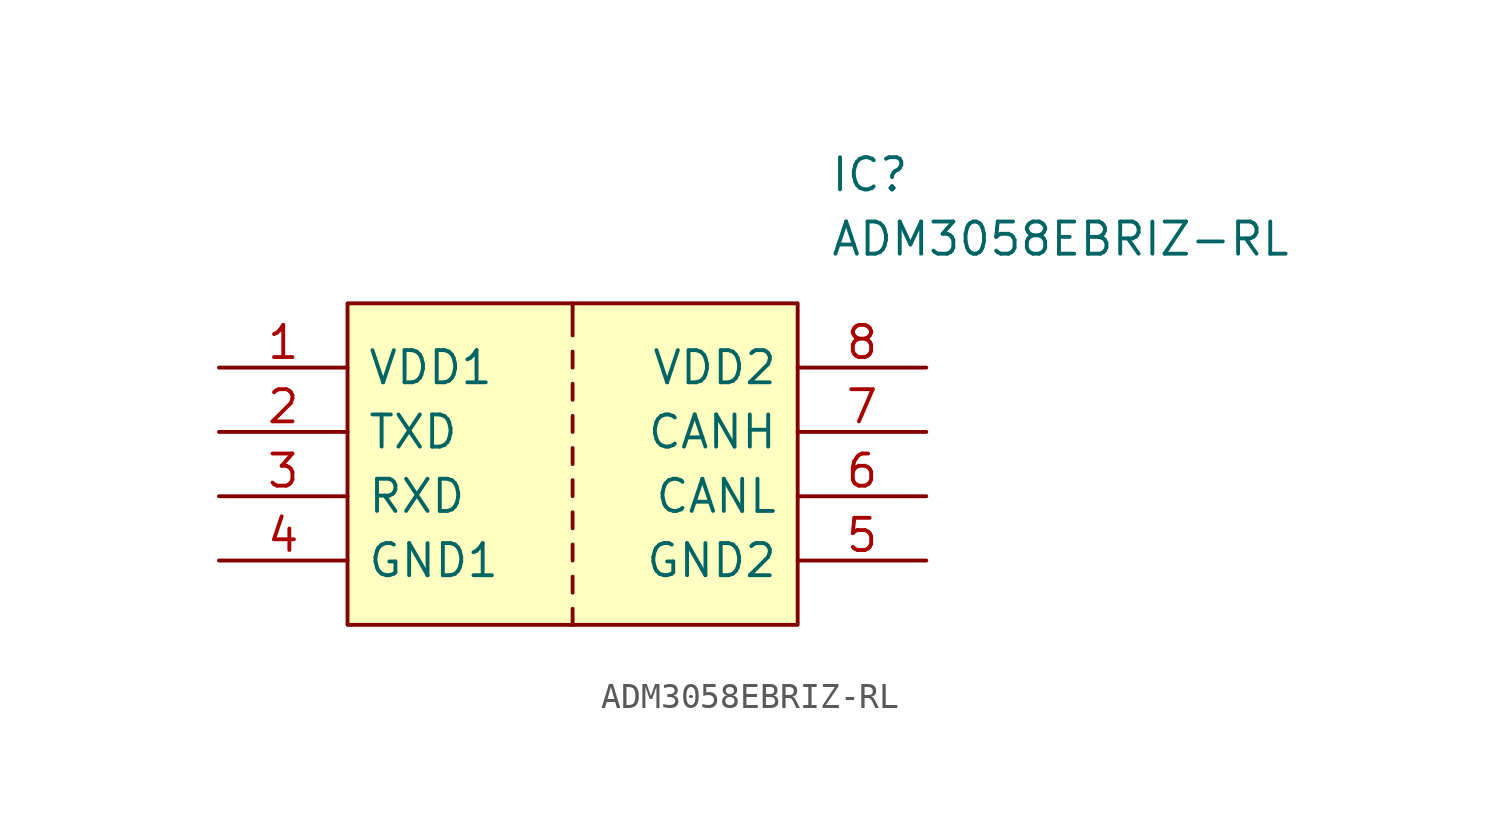
<source format=kicad_sym>
(kicad_symbol_lib
  (version 20220914)
  (generator kicad_symbol_editor)
  (symbol "ADM3058EBRIZ-RL"
    (pin_names
      (offset 0.762))
    (property "Reference" "IC"
      (at 24.13 7.62 0)
      (effects (font (size 1.27 1.27)) (justify left)))
    (property "Value" "ADM3058EBRIZ-RL"
      (at 24.13 5.08 0)
      (effects (font (size 1.27 1.27)) (justify left)))
    (symbol "ADM3058EBRIZ-RL_0_0"
      (pin passive line (at 0 0 0) (length 5.08) (name "VDD1" (effects (font (size 1.27 1.27)))) (number "1" (effects (font (size 1.27 1.27)))))
      (pin passive line (at 0 -2.54 0) (length 5.08) (name "TXD" (effects (font (size 1.27 1.27)))) (number "2" (effects (font (size 1.27 1.27)))))
      (pin passive line (at 0 -5.08 0) (length 5.08) (name "RXD" (effects (font (size 1.27 1.27)))) (number "3" (effects (font (size 1.27 1.27)))))
      (pin passive line (at 0 -7.62 0) (length 5.08) (name "GND1" (effects (font (size 1.27 1.27)))) (number "4" (effects (font (size 1.27 1.27)))))
      (pin passive line (at 27.94 -7.62 180) (length 5.08) (name "GND2" (effects (font (size 1.27 1.27)))) (number "5" (effects (font (size 1.27 1.27)))))
      (pin passive line (at 27.94 -5.08 180) (length 5.08) (name "CANL" (effects (font (size 1.27 1.27)))) (number "6" (effects (font (size 1.27 1.27)))))
      (pin passive line (at 27.94 -2.54 180) (length 5.08) (name "CANH" (effects (font (size 1.27 1.27)))) (number "7" (effects (font (size 1.27 1.27)))))
      (pin passive line (at 27.94 0 180) (length 5.08) (name "VDD2" (effects (font (size 1.27 1.27)))) (number "8" (effects (font (size 1.27 1.27))))))
    (symbol "ADM3058EBRIZ-RL_0_1"
      (polyline (pts (xy 5.08 2.54) (xy 22.86 2.54) (xy 22.86 -10.16) (xy 5.08 -10.16) (xy 5.08 2.54)) (stroke (width 0.152) (type default)) (fill (type background)))
      (rectangle (start 13.97 -9.525) (end 13.97 -10.16) (stroke (width 0.152) (type default)) (fill (type none)))
      (rectangle (start 13.97 -8.255) (end 13.97 -8.89) (stroke (width 0.152) (type default)) (fill (type none)))
      (rectangle (start 13.97 -6.985) (end 13.97 -7.62) (stroke (width 0.152) (type default)) (fill (type none)))
      (rectangle (start 13.97 -5.715) (end 13.97 -6.35) (stroke (width 0.152) (type default)) (fill (type none)))
      (rectangle (start 13.97 -4.445) (end 13.97 -5.08) (stroke (width 0.152) (type default)) (fill (type none)))
      (rectangle (start 13.97 -3.175) (end 13.97 -3.81) (stroke (width 0.152) (type default)) (fill (type none)))
      (rectangle (start 13.97 -1.905) (end 13.97 -2.54) (stroke (width 0.152) (type default)) (fill (type none)))
      (rectangle (start 13.97 -0.635) (end 13.97 -1.27) (stroke (width 0.152) (type default)) (fill (type none)))
      (rectangle (start 13.97 0.635) (end 13.97 0) (stroke (width 0.152) (type default)) (fill (type none)))
      (rectangle (start 13.97 2.54) (end 13.97 1.27) (stroke (width 0.152) (type default)) (fill (type none))))))
</source>
